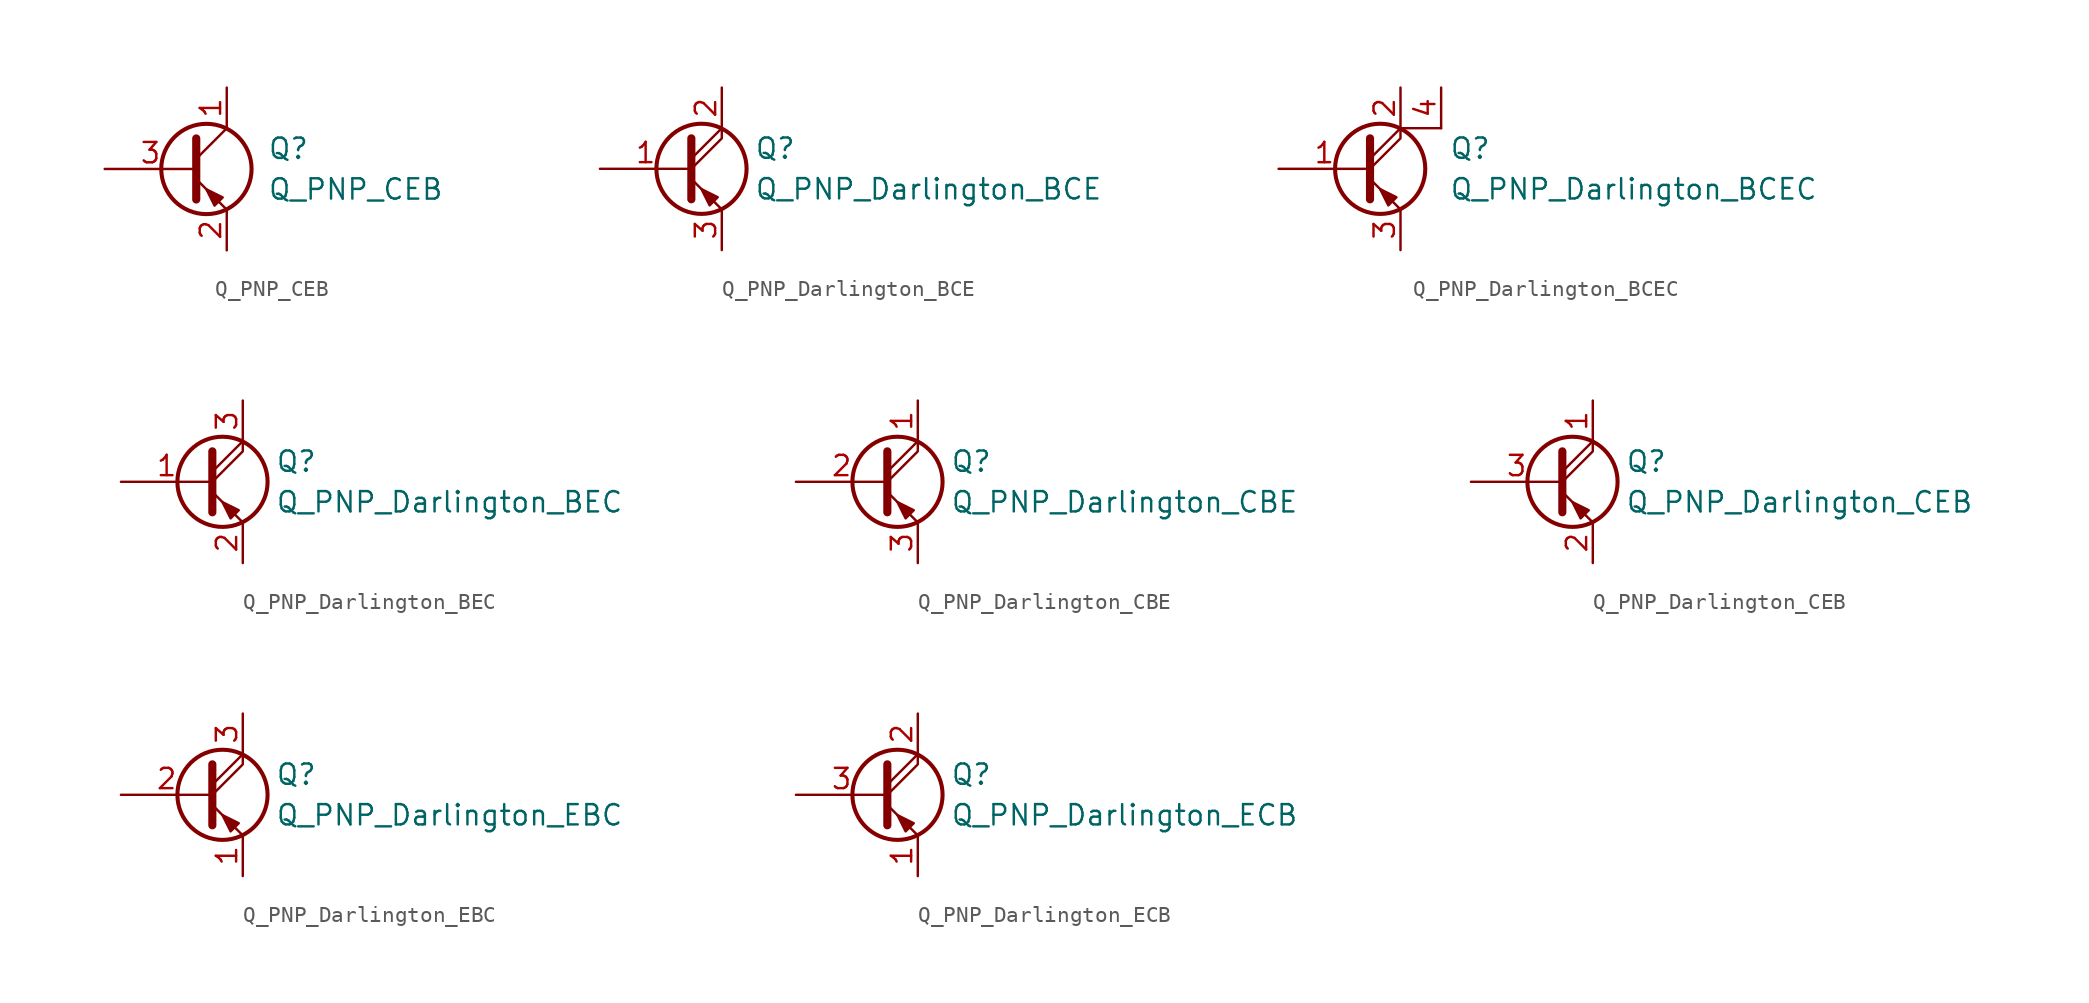
<source format=kicad_sym>
(kicad_symbol_lib
  (version 20220914)
  (generator kicad_symbol_editor)
  (symbol "Q_PNP_CEB"
    (pin_names
      (offset 0) hide)
    (property "Reference" "Q"
      (at 5.08 1.27 0)
      (effects (font (size 1.27 1.27)) (justify left)))
    (property "Value" "Q_PNP_CEB"
      (at 5.08 -1.27 0)
      (effects (font (size 1.27 1.27)) (justify left)))
    (symbol "Q_PNP_CEB_0_1"
      (polyline (pts (xy 0.635 0.635) (xy 2.54 2.54)) (stroke (width 0) (type default)) (fill (type none)))
      (polyline (pts (xy 0.635 -0.635) (xy 2.54 -2.54) (xy 2.54 -2.54)) (stroke (width 0) (type default)) (fill (type none)))
      (polyline (pts (xy 0.635 1.905) (xy 0.635 -1.905) (xy 0.635 -1.905)) (stroke (width 0.508) (type default)) (fill (type none)))
      (polyline (pts (xy 2.286 -1.778) (xy 1.778 -2.286) (xy 1.27 -1.27) (xy 2.286 -1.778) (xy 2.286 -1.778)) (stroke (width 0) (type default)) (fill (type outline)))
      (circle (center 1.27 0) (radius 2.819) (stroke (width 0.254) (type default)) (fill (type none))))
    (symbol "Q_PNP_CEB_1_1"
      (pin passive line (at 2.54 5.08 270) (length 2.54) (name "C" (effects (font (size 1.27 1.27)))) (number "1" (effects (font (size 1.27 1.27)))))
      (pin passive line (at 2.54 -5.08 90) (length 2.54) (name "E" (effects (font (size 1.27 1.27)))) (number "2" (effects (font (size 1.27 1.27)))))
      (pin input line (at -5.08 0 0) (length 5.715) (name "B" (effects (font (size 1.27 1.27)))) (number "3" (effects (font (size 1.27 1.27)))))))
  (symbol "Q_PNP_Darlington_BCE"
    (pin_names
      (offset 0) hide)
    (property "Reference" "Q"
      (at 4.572 1.27 0)
      (effects (font (size 1.27 1.27)) (justify left)))
    (property "Value" "Q_PNP_Darlington_BCE"
      (at 4.572 -1.27 0)
      (effects (font (size 1.27 1.27)) (justify left)))
    (symbol "Q_PNP_Darlington_BCE_0_1"
      (polyline (pts (xy 0.635 0.635) (xy 2.54 2.54)) (stroke (width 0) (type default)) (fill (type none)))
      (polyline (pts (xy 0.635 -0.635) (xy 2.54 -2.54) (xy 2.54 -2.54)) (stroke (width 0) (type default)) (fill (type none)))
      (polyline (pts (xy 0.635 0) (xy 2.54 1.905) (xy 2.54 2.54)) (stroke (width 0) (type default)) (fill (type none)))
      (polyline (pts (xy 0.635 1.905) (xy 0.635 -1.905) (xy 0.635 -1.905)) (stroke (width 0.508) (type default)) (fill (type none)))
      (polyline (pts (xy 2.286 -1.778) (xy 1.778 -2.286) (xy 1.27 -1.27) (xy 2.286 -1.778) (xy 2.286 -1.778)) (stroke (width 0) (type default)) (fill (type outline)))
      (circle (center 1.27 0) (radius 2.819) (stroke (width 0.254) (type default)) (fill (type none))))
    (symbol "Q_PNP_Darlington_BCE_1_1"
      (pin input line (at -5.08 0 0) (length 5.715) (name "B" (effects (font (size 1.27 1.27)))) (number "1" (effects (font (size 1.27 1.27)))))
      (pin passive line (at 2.54 5.08 270) (length 2.54) (name "C" (effects (font (size 1.27 1.27)))) (number "2" (effects (font (size 1.27 1.27)))))
      (pin passive line (at 2.54 -5.08 90) (length 2.54) (name "E" (effects (font (size 1.27 1.27)))) (number "3" (effects (font (size 1.27 1.27)))))))
  (symbol "Q_PNP_Darlington_BCEC"
    (pin_names
      (offset 0) hide)
    (property "Reference" "Q"
      (at 5.588 1.27 0)
      (effects (font (size 1.27 1.27)) (justify left)))
    (property "Value" "Q_PNP_Darlington_BCEC"
      (at 5.588 -1.27 0)
      (effects (font (size 1.27 1.27)) (justify left)))
    (symbol "Q_PNP_Darlington_BCEC_0_1"
      (polyline (pts (xy 0.635 0.635) (xy 2.54 2.54)) (stroke (width 0) (type default)) (fill (type none)))
      (polyline (pts (xy 5.08 2.54) (xy 2.54 2.54)) (stroke (width 0) (type default)) (fill (type none)))
      (polyline (pts (xy 0.635 -0.635) (xy 2.54 -2.54) (xy 2.54 -2.54)) (stroke (width 0) (type default)) (fill (type none)))
      (polyline (pts (xy 0.635 0) (xy 2.54 1.905) (xy 2.54 2.54)) (stroke (width 0) (type default)) (fill (type none)))
      (polyline (pts (xy 0.635 1.905) (xy 0.635 -1.905) (xy 0.635 -1.905)) (stroke (width 0.508) (type default)) (fill (type none)))
      (polyline (pts (xy 2.286 -1.778) (xy 1.778 -2.286) (xy 1.27 -1.27) (xy 2.286 -1.778) (xy 2.286 -1.778)) (stroke (width 0) (type default)) (fill (type outline)))
      (circle (center 1.27 0) (radius 2.819) (stroke (width 0.254) (type default)) (fill (type none))))
    (symbol "Q_PNP_Darlington_BCEC_1_1"
      (pin input line (at -5.08 0 0) (length 5.715) (name "B" (effects (font (size 1.27 1.27)))) (number "1" (effects (font (size 1.27 1.27)))))
      (pin passive line (at 2.54 5.08 270) (length 2.54) (name "C" (effects (font (size 1.27 1.27)))) (number "2" (effects (font (size 1.27 1.27)))))
      (pin passive line (at 2.54 -5.08 90) (length 2.54) (name "E" (effects (font (size 1.27 1.27)))) (number "3" (effects (font (size 1.27 1.27)))))
      (pin passive line (at 5.08 5.08 270) (length 2.54) (name "C" (effects (font (size 1.27 1.27)))) (number "4" (effects (font (size 1.27 1.27)))))))
  (symbol "Q_PNP_Darlington_BEC"
    (pin_names
      (offset 0) hide)
    (property "Reference" "Q"
      (at 4.572 1.27 0)
      (effects (font (size 1.27 1.27)) (justify left)))
    (property "Value" "Q_PNP_Darlington_BEC"
      (at 4.572 -1.27 0)
      (effects (font (size 1.27 1.27)) (justify left)))
    (symbol "Q_PNP_Darlington_BEC_0_1"
      (polyline (pts (xy 0.635 0.635) (xy 2.54 2.54)) (stroke (width 0) (type default)) (fill (type none)))
      (polyline (pts (xy 0.635 -0.635) (xy 2.54 -2.54) (xy 2.54 -2.54)) (stroke (width 0) (type default)) (fill (type none)))
      (polyline (pts (xy 0.635 0) (xy 2.54 1.905) (xy 2.54 2.54)) (stroke (width 0) (type default)) (fill (type none)))
      (polyline (pts (xy 0.635 1.905) (xy 0.635 -1.905) (xy 0.635 -1.905)) (stroke (width 0.508) (type default)) (fill (type none)))
      (polyline (pts (xy 2.286 -1.778) (xy 1.778 -2.286) (xy 1.27 -1.27) (xy 2.286 -1.778) (xy 2.286 -1.778)) (stroke (width 0) (type default)) (fill (type outline)))
      (circle (center 1.27 0) (radius 2.819) (stroke (width 0.254) (type default)) (fill (type none))))
    (symbol "Q_PNP_Darlington_BEC_1_1"
      (pin input line (at -5.08 0 0) (length 5.715) (name "B" (effects (font (size 1.27 1.27)))) (number "1" (effects (font (size 1.27 1.27)))))
      (pin passive line (at 2.54 -5.08 90) (length 2.54) (name "E" (effects (font (size 1.27 1.27)))) (number "2" (effects (font (size 1.27 1.27)))))
      (pin passive line (at 2.54 5.08 270) (length 2.54) (name "C" (effects (font (size 1.27 1.27)))) (number "3" (effects (font (size 1.27 1.27)))))))
  (symbol "Q_PNP_Darlington_CBE"
    (pin_names
      (offset 0) hide)
    (property "Reference" "Q"
      (at 4.572 1.27 0)
      (effects (font (size 1.27 1.27)) (justify left)))
    (property "Value" "Q_PNP_Darlington_CBE"
      (at 4.572 -1.27 0)
      (effects (font (size 1.27 1.27)) (justify left)))
    (symbol "Q_PNP_Darlington_CBE_0_1"
      (polyline (pts (xy 0.635 0.635) (xy 2.54 2.54)) (stroke (width 0) (type default)) (fill (type none)))
      (polyline (pts (xy 0.635 -0.635) (xy 2.54 -2.54) (xy 2.54 -2.54)) (stroke (width 0) (type default)) (fill (type none)))
      (polyline (pts (xy 0.635 0) (xy 2.54 1.905) (xy 2.54 2.54)) (stroke (width 0) (type default)) (fill (type none)))
      (polyline (pts (xy 0.635 1.905) (xy 0.635 -1.905) (xy 0.635 -1.905)) (stroke (width 0.508) (type default)) (fill (type none)))
      (polyline (pts (xy 2.286 -1.778) (xy 1.778 -2.286) (xy 1.27 -1.27) (xy 2.286 -1.778) (xy 2.286 -1.778)) (stroke (width 0) (type default)) (fill (type outline)))
      (circle (center 1.27 0) (radius 2.819) (stroke (width 0.254) (type default)) (fill (type none))))
    (symbol "Q_PNP_Darlington_CBE_1_1"
      (pin passive line (at 2.54 5.08 270) (length 2.54) (name "C" (effects (font (size 1.27 1.27)))) (number "1" (effects (font (size 1.27 1.27)))))
      (pin input line (at -5.08 0 0) (length 5.715) (name "B" (effects (font (size 1.27 1.27)))) (number "2" (effects (font (size 1.27 1.27)))))
      (pin passive line (at 2.54 -5.08 90) (length 2.54) (name "E" (effects (font (size 1.27 1.27)))) (number "3" (effects (font (size 1.27 1.27)))))))
  (symbol "Q_PNP_Darlington_CEB"
    (pin_names
      (offset 0) hide)
    (property "Reference" "Q"
      (at 4.572 1.27 0)
      (effects (font (size 1.27 1.27)) (justify left)))
    (property "Value" "Q_PNP_Darlington_CEB"
      (at 4.572 -1.27 0)
      (effects (font (size 1.27 1.27)) (justify left)))
    (symbol "Q_PNP_Darlington_CEB_0_1"
      (polyline (pts (xy 0.635 0.635) (xy 2.54 2.54)) (stroke (width 0) (type default)) (fill (type none)))
      (polyline (pts (xy 0.635 -0.635) (xy 2.54 -2.54) (xy 2.54 -2.54)) (stroke (width 0) (type default)) (fill (type none)))
      (polyline (pts (xy 0.635 0) (xy 2.54 1.905) (xy 2.54 2.54)) (stroke (width 0) (type default)) (fill (type none)))
      (polyline (pts (xy 0.635 1.905) (xy 0.635 -1.905) (xy 0.635 -1.905)) (stroke (width 0.508) (type default)) (fill (type none)))
      (polyline (pts (xy 2.286 -1.778) (xy 1.778 -2.286) (xy 1.27 -1.27) (xy 2.286 -1.778) (xy 2.286 -1.778)) (stroke (width 0) (type default)) (fill (type outline)))
      (circle (center 1.27 0) (radius 2.819) (stroke (width 0.254) (type default)) (fill (type none))))
    (symbol "Q_PNP_Darlington_CEB_1_1"
      (pin passive line (at 2.54 5.08 270) (length 2.54) (name "C" (effects (font (size 1.27 1.27)))) (number "1" (effects (font (size 1.27 1.27)))))
      (pin passive line (at 2.54 -5.08 90) (length 2.54) (name "E" (effects (font (size 1.27 1.27)))) (number "2" (effects (font (size 1.27 1.27)))))
      (pin input line (at -5.08 0 0) (length 5.715) (name "B" (effects (font (size 1.27 1.27)))) (number "3" (effects (font (size 1.27 1.27)))))))
  (symbol "Q_PNP_Darlington_EBC"
    (pin_names
      (offset 0) hide)
    (property "Reference" "Q"
      (at 4.572 1.27 0)
      (effects (font (size 1.27 1.27)) (justify left)))
    (property "Value" "Q_PNP_Darlington_EBC"
      (at 4.572 -1.27 0)
      (effects (font (size 1.27 1.27)) (justify left)))
    (symbol "Q_PNP_Darlington_EBC_0_1"
      (polyline (pts (xy 0.635 0.635) (xy 2.54 2.54)) (stroke (width 0) (type default)) (fill (type none)))
      (polyline (pts (xy 0.635 -0.635) (xy 2.54 -2.54) (xy 2.54 -2.54)) (stroke (width 0) (type default)) (fill (type none)))
      (polyline (pts (xy 0.635 0) (xy 2.54 1.905) (xy 2.54 2.54)) (stroke (width 0) (type default)) (fill (type none)))
      (polyline (pts (xy 0.635 1.905) (xy 0.635 -1.905) (xy 0.635 -1.905)) (stroke (width 0.508) (type default)) (fill (type none)))
      (polyline (pts (xy 2.286 -1.778) (xy 1.778 -2.286) (xy 1.27 -1.27) (xy 2.286 -1.778) (xy 2.286 -1.778)) (stroke (width 0) (type default)) (fill (type outline)))
      (circle (center 1.27 0) (radius 2.819) (stroke (width 0.254) (type default)) (fill (type none))))
    (symbol "Q_PNP_Darlington_EBC_1_1"
      (pin passive line (at 2.54 -5.08 90) (length 2.54) (name "E" (effects (font (size 1.27 1.27)))) (number "1" (effects (font (size 1.27 1.27)))))
      (pin input line (at -5.08 0 0) (length 5.715) (name "B" (effects (font (size 1.27 1.27)))) (number "2" (effects (font (size 1.27 1.27)))))
      (pin passive line (at 2.54 5.08 270) (length 2.54) (name "C" (effects (font (size 1.27 1.27)))) (number "3" (effects (font (size 1.27 1.27)))))))
  (symbol "Q_PNP_Darlington_ECB"
    (pin_names
      (offset 0) hide)
    (property "Reference" "Q"
      (at 4.572 1.27 0)
      (effects (font (size 1.27 1.27)) (justify left)))
    (property "Value" "Q_PNP_Darlington_ECB"
      (at 4.572 -1.27 0)
      (effects (font (size 1.27 1.27)) (justify left)))
    (symbol "Q_PNP_Darlington_ECB_0_1"
      (polyline (pts (xy 0.635 0.635) (xy 2.54 2.54)) (stroke (width 0) (type default)) (fill (type none)))
      (polyline (pts (xy 0.635 -0.635) (xy 2.54 -2.54) (xy 2.54 -2.54)) (stroke (width 0) (type default)) (fill (type none)))
      (polyline (pts (xy 0.635 0) (xy 2.54 1.905) (xy 2.54 2.54)) (stroke (width 0) (type default)) (fill (type none)))
      (polyline (pts (xy 0.635 1.905) (xy 0.635 -1.905) (xy 0.635 -1.905)) (stroke (width 0.508) (type default)) (fill (type none)))
      (polyline (pts (xy 2.286 -1.778) (xy 1.778 -2.286) (xy 1.27 -1.27) (xy 2.286 -1.778) (xy 2.286 -1.778)) (stroke (width 0) (type default)) (fill (type outline)))
      (circle (center 1.27 0) (radius 2.819) (stroke (width 0.254) (type default)) (fill (type none))))
    (symbol "Q_PNP_Darlington_ECB_1_1"
      (pin passive line (at 2.54 -5.08 90) (length 2.54) (name "E" (effects (font (size 1.27 1.27)))) (number "1" (effects (font (size 1.27 1.27)))))
      (pin passive line (at 2.54 5.08 270) (length 2.54) (name "C" (effects (font (size 1.27 1.27)))) (number "2" (effects (font (size 1.27 1.27)))))
      (pin input line (at -5.08 0 0) (length 5.715) (name "B" (effects (font (size 1.27 1.27)))) (number "3" (effects (font (size 1.27 1.27))))))))
</source>
